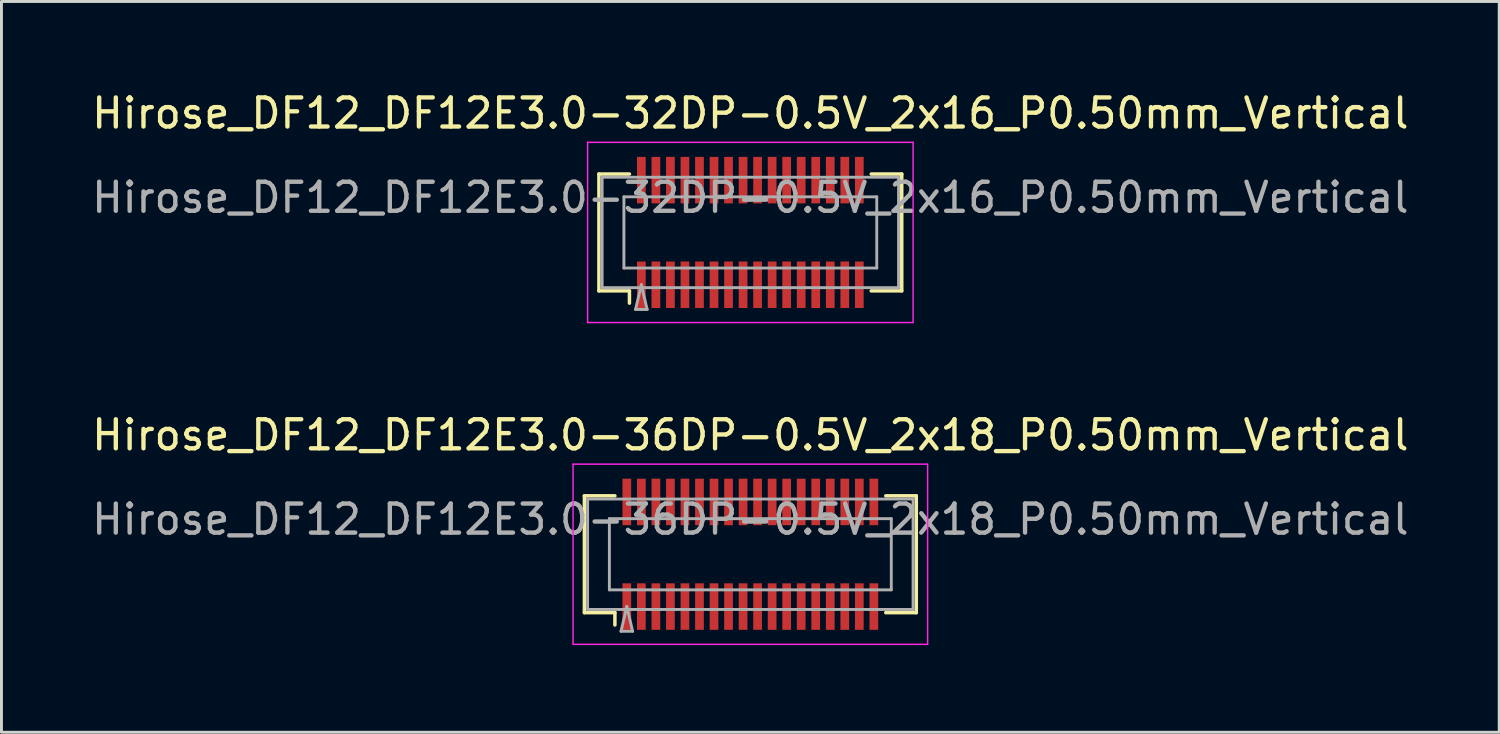
<source format=kicad_pcb>
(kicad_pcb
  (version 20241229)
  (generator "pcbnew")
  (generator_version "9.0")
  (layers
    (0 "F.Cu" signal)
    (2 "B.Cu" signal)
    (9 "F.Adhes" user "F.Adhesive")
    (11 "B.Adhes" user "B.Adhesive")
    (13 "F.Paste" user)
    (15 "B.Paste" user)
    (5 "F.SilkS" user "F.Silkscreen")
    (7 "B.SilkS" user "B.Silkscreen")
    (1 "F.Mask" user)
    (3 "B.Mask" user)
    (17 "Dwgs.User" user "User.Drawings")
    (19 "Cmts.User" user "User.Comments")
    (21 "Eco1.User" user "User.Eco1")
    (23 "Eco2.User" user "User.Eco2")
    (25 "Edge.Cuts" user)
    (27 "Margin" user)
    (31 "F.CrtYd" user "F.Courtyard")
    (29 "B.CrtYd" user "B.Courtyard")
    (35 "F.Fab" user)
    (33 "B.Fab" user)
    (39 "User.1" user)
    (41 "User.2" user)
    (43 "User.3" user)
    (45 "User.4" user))
  (footprint "Hirose_DF12_DF12E3.0-32DP-0.5V_2x16_P0.50mm_Vertical"
    (layer "F.Cu")
    (at 22.768 4.948)
    (property "Reference" "Hirose_DF12_DF12E3.0-32DP-0.5V_2x16_P0.50mm_Vertical" (at 0 -4.1 0) (layer "F.SilkS") (effects (font (size 1 1) (thickness 0.15))))
    (attr smd)
    (fp_line (start -5.21 -2.01) (end -4.16 -2.01) (stroke (width 0.12) (type solid)) (layer "F.SilkS"))
    (fp_line (start -5.21 2.01) (end -5.21 -2.01) (stroke (width 0.12) (type solid)) (layer "F.SilkS"))
    (fp_line (start -4.16 2.01) (end -5.21 2.01) (stroke (width 0.12) (type solid)) (layer "F.SilkS"))
    (fp_line (start -4.16 2.433) (end -4.16 2.01) (stroke (width 0.12) (type solid)) (layer "F.SilkS"))
    (fp_line (start 4.16 2.01) (end 5.21 2.01) (stroke (width 0.12) (type solid)) (layer "F.SilkS"))
    (fp_line (start 5.21 -2.01) (end 4.16 -2.01) (stroke (width 0.12) (type solid)) (layer "F.SilkS"))
    (fp_line (start 5.21 2.01) (end 5.21 -2.01) (stroke (width 0.12) (type solid)) (layer "F.SilkS"))
    (fp_line (start -5.6 -3.1) (end -5.6 3.1) (stroke (width 0.05) (type solid)) (layer "F.CrtYd"))
    (fp_line (start -5.6 3.1) (end 5.6 3.1) (stroke (width 0.05) (type solid)) (layer "F.CrtYd"))
    (fp_line (start 5.6 -3.1) (end -5.6 -3.1) (stroke (width 0.05) (type solid)) (layer "F.CrtYd"))
    (fp_line (start 5.6 3.1) (end 5.6 -3.1) (stroke (width 0.05) (type solid)) (layer "F.CrtYd"))
    (fp_line (start -5.1 -1.9) (end 5.1 -1.9) (stroke (width 0.1) (type solid)) (layer "F.Fab"))
    (fp_line (start -5.1 1.9) (end -5.1 -1.9) (stroke (width 0.1) (type solid)) (layer "F.Fab"))
    (fp_line (start -4.35 -1.225) (end 4.35 -1.225) (stroke (width 0.1) (type solid)) (layer "F.Fab"))
    (fp_line (start -4.35 1.225) (end -4.35 -1.225) (stroke (width 0.1) (type solid)) (layer "F.Fab"))
    (fp_line (start -3.95 2.65) (end -3.75 1.8) (stroke (width 0.1) (type solid)) (layer "F.Fab"))
    (fp_line (start -3.75 1.8) (end -3.55 2.65) (stroke (width 0.1) (type solid)) (layer "F.Fab"))
    (fp_line (start -3.55 2.65) (end -3.95 2.65) (stroke (width 0.1) (type solid)) (layer "F.Fab"))
    (fp_line (start 4.35 -1.225) (end 4.35 1.225) (stroke (width 0.1) (type solid)) (layer "F.Fab"))
    (fp_line (start 4.35 1.225) (end -4.35 1.225) (stroke (width 0.1) (type solid)) (layer "F.Fab"))
    (fp_line (start 5.1 -1.9) (end 5.1 1.9) (stroke (width 0.1) (type solid)) (layer "F.Fab"))
    (fp_line (start 5.1 1.9) (end -5.1 1.9) (stroke (width 0.1) (type solid)) (layer "F.Fab"))
    (fp_text user "${REFERENCE}" (at 0 -1.2 0) (layer "F.Fab") (effects (font (size 1 1) (thickness 0.15))))
    (pad "" smd rect (at -3.75 -2) (size 0.28 1.2) (layers "F.Paste"))
    (pad "" smd rect (at -3.75 2) (size 0.28 1.2) (layers "F.Paste"))
    (pad "" smd rect (at -3.25 -2) (size 0.28 1.2) (layers "F.Paste"))
    (pad "" smd rect (at -3.25 2) (size 0.28 1.2) (layers "F.Paste"))
    (pad "" smd rect (at -2.75 -2) (size 0.28 1.2) (layers "F.Paste"))
    (pad "" smd rect (at -2.75 2) (size 0.28 1.2) (layers "F.Paste"))
    (pad "" smd rect (at -2.25 -2) (size 0.28 1.2) (layers "F.Paste"))
    (pad "" smd rect (at -2.25 2) (size 0.28 1.2) (layers "F.Paste"))
    (pad "" smd rect (at -1.75 -2) (size 0.28 1.2) (layers "F.Paste"))
    (pad "" smd rect (at -1.75 2) (size 0.28 1.2) (layers "F.Paste"))
    (pad "" smd rect (at -1.25 -2) (size 0.28 1.2) (layers "F.Paste"))
    (pad "" smd rect (at -1.25 2) (size 0.28 1.2) (layers "F.Paste"))
    (pad "" smd rect (at -0.75 -2) (size 0.28 1.2) (layers "F.Paste"))
    (pad "" smd rect (at -0.75 2) (size 0.28 1.2) (layers "F.Paste"))
    (pad "" smd rect (at -0.25 -2) (size 0.28 1.2) (layers "F.Paste"))
    (pad "" smd rect (at -0.25 2) (size 0.28 1.2) (layers "F.Paste"))
    (pad "" smd rect (at 0.25 -2) (size 0.28 1.2) (layers "F.Paste"))
    (pad "" smd rect (at 0.25 2) (size 0.28 1.2) (layers "F.Paste"))
    (pad "" smd rect (at 0.75 -2) (size 0.28 1.2) (layers "F.Paste"))
    (pad "" smd rect (at 0.75 2) (size 0.28 1.2) (layers "F.Paste"))
    (pad "" smd rect (at 1.25 -2) (size 0.28 1.2) (layers "F.Paste"))
    (pad "" smd rect (at 1.25 2) (size 0.28 1.2) (layers "F.Paste"))
    (pad "" smd rect (at 1.75 -2) (size 0.28 1.2) (layers "F.Paste"))
    (pad "" smd rect (at 1.75 2) (size 0.28 1.2) (layers "F.Paste"))
    (pad "" smd rect (at 2.25 -2) (size 0.28 1.2) (layers "F.Paste"))
    (pad "" smd rect (at 2.25 2) (size 0.28 1.2) (layers "F.Paste"))
    (pad "" smd rect (at 2.75 -2) (size 0.28 1.2) (layers "F.Paste"))
    (pad "" smd rect (at 2.75 2) (size 0.28 1.2) (layers "F.Paste"))
    (pad "" smd rect (at 3.25 -2) (size 0.28 1.2) (layers "F.Paste"))
    (pad "" smd rect (at 3.25 2) (size 0.28 1.2) (layers "F.Paste"))
    (pad "" smd rect (at 3.75 -2) (size 0.28 1.2) (layers "F.Paste"))
    (pad "" smd rect (at 3.75 2) (size 0.28 1.2) (layers "F.Paste"))
    (pad "1" smd rect (at -3.75 1.8) (size 0.3 1.6) (layers "F.Cu" "F.Mask"))
    (pad "2" smd rect (at -3.25 1.8) (size 0.3 1.6) (layers "F.Cu" "F.Mask"))
    (pad "3" smd rect (at -2.75 1.8) (size 0.3 1.6) (layers "F.Cu" "F.Mask"))
    (pad "4" smd rect (at -2.25 1.8) (size 0.3 1.6) (layers "F.Cu" "F.Mask"))
    (pad "5" smd rect (at -1.75 1.8) (size 0.3 1.6) (layers "F.Cu" "F.Mask"))
    (pad "6" smd rect (at -1.25 1.8) (size 0.3 1.6) (layers "F.Cu" "F.Mask"))
    (pad "7" smd rect (at -0.75 1.8) (size 0.3 1.6) (layers "F.Cu" "F.Mask"))
    (pad "8" smd rect (at -0.25 1.8) (size 0.3 1.6) (layers "F.Cu" "F.Mask"))
    (pad "9" smd rect (at 0.25 1.8) (size 0.3 1.6) (layers "F.Cu" "F.Mask"))
    (pad "10" smd rect (at 0.75 1.8) (size 0.3 1.6) (layers "F.Cu" "F.Mask"))
    (pad "11" smd rect (at 1.25 1.8) (size 0.3 1.6) (layers "F.Cu" "F.Mask"))
    (pad "12" smd rect (at 1.75 1.8) (size 0.3 1.6) (layers "F.Cu" "F.Mask"))
    (pad "13" smd rect (at 2.25 1.8) (size 0.3 1.6) (layers "F.Cu" "F.Mask"))
    (pad "14" smd rect (at 2.75 1.8) (size 0.3 1.6) (layers "F.Cu" "F.Mask"))
    (pad "15" smd rect (at 3.25 1.8) (size 0.3 1.6) (layers "F.Cu" "F.Mask"))
    (pad "16" smd rect (at 3.75 1.8) (size 0.3 1.6) (layers "F.Cu" "F.Mask"))
    (pad "17" smd rect (at -3.75 -1.8) (size 0.3 1.6) (layers "F.Cu" "F.Mask"))
    (pad "18" smd rect (at -3.25 -1.8) (size 0.3 1.6) (layers "F.Cu" "F.Mask"))
    (pad "19" smd rect (at -2.75 -1.8) (size 0.3 1.6) (layers "F.Cu" "F.Mask"))
    (pad "20" smd rect (at -2.25 -1.8) (size 0.3 1.6) (layers "F.Cu" "F.Mask"))
    (pad "21" smd rect (at -1.75 -1.8) (size 0.3 1.6) (layers "F.Cu" "F.Mask"))
    (pad "22" smd rect (at -1.25 -1.8) (size 0.3 1.6) (layers "F.Cu" "F.Mask"))
    (pad "23" smd rect (at -0.75 -1.8) (size 0.3 1.6) (layers "F.Cu" "F.Mask"))
    (pad "24" smd rect (at -0.25 -1.8) (size 0.3 1.6) (layers "F.Cu" "F.Mask"))
    (pad "25" smd rect (at 0.25 -1.8) (size 0.3 1.6) (layers "F.Cu" "F.Mask"))
    (pad "26" smd rect (at 0.75 -1.8) (size 0.3 1.6) (layers "F.Cu" "F.Mask"))
    (pad "27" smd rect (at 1.25 -1.8) (size 0.3 1.6) (layers "F.Cu" "F.Mask"))
    (pad "28" smd rect (at 1.75 -1.8) (size 0.3 1.6) (layers "F.Cu" "F.Mask"))
    (pad "29" smd rect (at 2.25 -1.8) (size 0.3 1.6) (layers "F.Cu" "F.Mask"))
    (pad "30" smd rect (at 2.75 -1.8) (size 0.3 1.6) (layers "F.Cu" "F.Mask"))
    (pad "31" smd rect (at 3.25 -1.8) (size 0.3 1.6) (layers "F.Cu" "F.Mask"))
    (pad "32" smd rect (at 3.75 -1.8) (size 0.3 1.6) (layers "F.Cu" "F.Mask")))
  (footprint "Hirose_DF12_DF12E3.0-36DP-0.5V_2x18_P0.50mm_Vertical"
    (layer "F.Cu")
    (at 22.768 16.021)
    (property "Reference" "Hirose_DF12_DF12E3.0-36DP-0.5V_2x18_P0.50mm_Vertical" (at 0 -4.1 0) (layer "F.SilkS") (effects (font (size 1 1) (thickness 0.15))))
    (attr smd)
    (fp_line (start -5.71 -2.01) (end -4.66 -2.01) (stroke (width 0.12) (type solid)) (layer "F.SilkS"))
    (fp_line (start -5.71 2.01) (end -5.71 -2.01) (stroke (width 0.12) (type solid)) (layer "F.SilkS"))
    (fp_line (start -4.66 2.01) (end -5.71 2.01) (stroke (width 0.12) (type solid)) (layer "F.SilkS"))
    (fp_line (start -4.66 2.433) (end -4.66 2.01) (stroke (width 0.12) (type solid)) (layer "F.SilkS"))
    (fp_line (start 4.66 2.01) (end 5.71 2.01) (stroke (width 0.12) (type solid)) (layer "F.SilkS"))
    (fp_line (start 5.71 -2.01) (end 4.66 -2.01) (stroke (width 0.12) (type solid)) (layer "F.SilkS"))
    (fp_line (start 5.71 2.01) (end 5.71 -2.01) (stroke (width 0.12) (type solid)) (layer "F.SilkS"))
    (fp_line (start -6.1 -3.1) (end -6.1 3.1) (stroke (width 0.05) (type solid)) (layer "F.CrtYd"))
    (fp_line (start -6.1 3.1) (end 6.1 3.1) (stroke (width 0.05) (type solid)) (layer "F.CrtYd"))
    (fp_line (start 6.1 -3.1) (end -6.1 -3.1) (stroke (width 0.05) (type solid)) (layer "F.CrtYd"))
    (fp_line (start 6.1 3.1) (end 6.1 -3.1) (stroke (width 0.05) (type solid)) (layer "F.CrtYd"))
    (fp_line (start -5.6 -1.9) (end 5.6 -1.9) (stroke (width 0.1) (type solid)) (layer "F.Fab"))
    (fp_line (start -5.6 1.9) (end -5.6 -1.9) (stroke (width 0.1) (type solid)) (layer "F.Fab"))
    (fp_line (start -4.85 -1.225) (end 4.85 -1.225) (stroke (width 0.1) (type solid)) (layer "F.Fab"))
    (fp_line (start -4.85 1.225) (end -4.85 -1.225) (stroke (width 0.1) (type solid)) (layer "F.Fab"))
    (fp_line (start -4.45 2.65) (end -4.25 1.8) (stroke (width 0.1) (type solid)) (layer "F.Fab"))
    (fp_line (start -4.25 1.8) (end -4.05 2.65) (stroke (width 0.1) (type solid)) (layer "F.Fab"))
    (fp_line (start -4.05 2.65) (end -4.45 2.65) (stroke (width 0.1) (type solid)) (layer "F.Fab"))
    (fp_line (start 4.85 -1.225) (end 4.85 1.225) (stroke (width 0.1) (type solid)) (layer "F.Fab"))
    (fp_line (start 4.85 1.225) (end -4.85 1.225) (stroke (width 0.1) (type solid)) (layer "F.Fab"))
    (fp_line (start 5.6 -1.9) (end 5.6 1.9) (stroke (width 0.1) (type solid)) (layer "F.Fab"))
    (fp_line (start 5.6 1.9) (end -5.6 1.9) (stroke (width 0.1) (type solid)) (layer "F.Fab"))
    (fp_text user "${REFERENCE}" (at 0 -1.2 0) (layer "F.Fab") (effects (font (size 1 1) (thickness 0.15))))
    (pad "" smd rect (at -4.25 -2) (size 0.28 1.2) (layers "F.Paste"))
    (pad "" smd rect (at -4.25 2) (size 0.28 1.2) (layers "F.Paste"))
    (pad "" smd rect (at -3.75 -2) (size 0.28 1.2) (layers "F.Paste"))
    (pad "" smd rect (at -3.75 2) (size 0.28 1.2) (layers "F.Paste"))
    (pad "" smd rect (at -3.25 -2) (size 0.28 1.2) (layers "F.Paste"))
    (pad "" smd rect (at -3.25 2) (size 0.28 1.2) (layers "F.Paste"))
    (pad "" smd rect (at -2.75 -2) (size 0.28 1.2) (layers "F.Paste"))
    (pad "" smd rect (at -2.75 2) (size 0.28 1.2) (layers "F.Paste"))
    (pad "" smd rect (at -2.25 -2) (size 0.28 1.2) (layers "F.Paste"))
    (pad "" smd rect (at -2.25 2) (size 0.28 1.2) (layers "F.Paste"))
    (pad "" smd rect (at -1.75 -2) (size 0.28 1.2) (layers "F.Paste"))
    (pad "" smd rect (at -1.75 2) (size 0.28 1.2) (layers "F.Paste"))
    (pad "" smd rect (at -1.25 -2) (size 0.28 1.2) (layers "F.Paste"))
    (pad "" smd rect (at -1.25 2) (size 0.28 1.2) (layers "F.Paste"))
    (pad "" smd rect (at -0.75 -2) (size 0.28 1.2) (layers "F.Paste"))
    (pad "" smd rect (at -0.75 2) (size 0.28 1.2) (layers "F.Paste"))
    (pad "" smd rect (at -0.25 -2) (size 0.28 1.2) (layers "F.Paste"))
    (pad "" smd rect (at -0.25 2) (size 0.28 1.2) (layers "F.Paste"))
    (pad "" smd rect (at 0.25 -2) (size 0.28 1.2) (layers "F.Paste"))
    (pad "" smd rect (at 0.25 2) (size 0.28 1.2) (layers "F.Paste"))
    (pad "" smd rect (at 0.75 -2) (size 0.28 1.2) (layers "F.Paste"))
    (pad "" smd rect (at 0.75 2) (size 0.28 1.2) (layers "F.Paste"))
    (pad "" smd rect (at 1.25 -2) (size 0.28 1.2) (layers "F.Paste"))
    (pad "" smd rect (at 1.25 2) (size 0.28 1.2) (layers "F.Paste"))
    (pad "" smd rect (at 1.75 -2) (size 0.28 1.2) (layers "F.Paste"))
    (pad "" smd rect (at 1.75 2) (size 0.28 1.2) (layers "F.Paste"))
    (pad "" smd rect (at 2.25 -2) (size 0.28 1.2) (layers "F.Paste"))
    (pad "" smd rect (at 2.25 2) (size 0.28 1.2) (layers "F.Paste"))
    (pad "" smd rect (at 2.75 -2) (size 0.28 1.2) (layers "F.Paste"))
    (pad "" smd rect (at 2.75 2) (size 0.28 1.2) (layers "F.Paste"))
    (pad "" smd rect (at 3.25 -2) (size 0.28 1.2) (layers "F.Paste"))
    (pad "" smd rect (at 3.25 2) (size 0.28 1.2) (layers "F.Paste"))
    (pad "" smd rect (at 3.75 -2) (size 0.28 1.2) (layers "F.Paste"))
    (pad "" smd rect (at 3.75 2) (size 0.28 1.2) (layers "F.Paste"))
    (pad "" smd rect (at 4.25 -2) (size 0.28 1.2) (layers "F.Paste"))
    (pad "" smd rect (at 4.25 2) (size 0.28 1.2) (layers "F.Paste"))
    (pad "1" smd rect (at -4.25 1.8) (size 0.3 1.6) (layers "F.Cu" "F.Mask"))
    (pad "2" smd rect (at -3.75 1.8) (size 0.3 1.6) (layers "F.Cu" "F.Mask"))
    (pad "3" smd rect (at -3.25 1.8) (size 0.3 1.6) (layers "F.Cu" "F.Mask"))
    (pad "4" smd rect (at -2.75 1.8) (size 0.3 1.6) (layers "F.Cu" "F.Mask"))
    (pad "5" smd rect (at -2.25 1.8) (size 0.3 1.6) (layers "F.Cu" "F.Mask"))
    (pad "6" smd rect (at -1.75 1.8) (size 0.3 1.6) (layers "F.Cu" "F.Mask"))
    (pad "7" smd rect (at -1.25 1.8) (size 0.3 1.6) (layers "F.Cu" "F.Mask"))
    (pad "8" smd rect (at -0.75 1.8) (size 0.3 1.6) (layers "F.Cu" "F.Mask"))
    (pad "9" smd rect (at -0.25 1.8) (size 0.3 1.6) (layers "F.Cu" "F.Mask"))
    (pad "10" smd rect (at 0.25 1.8) (size 0.3 1.6) (layers "F.Cu" "F.Mask"))
    (pad "11" smd rect (at 0.75 1.8) (size 0.3 1.6) (layers "F.Cu" "F.Mask"))
    (pad "12" smd rect (at 1.25 1.8) (size 0.3 1.6) (layers "F.Cu" "F.Mask"))
    (pad "13" smd rect (at 1.75 1.8) (size 0.3 1.6) (layers "F.Cu" "F.Mask"))
    (pad "14" smd rect (at 2.25 1.8) (size 0.3 1.6) (layers "F.Cu" "F.Mask"))
    (pad "15" smd rect (at 2.75 1.8) (size 0.3 1.6) (layers "F.Cu" "F.Mask"))
    (pad "16" smd rect (at 3.25 1.8) (size 0.3 1.6) (layers "F.Cu" "F.Mask"))
    (pad "17" smd rect (at 3.75 1.8) (size 0.3 1.6) (layers "F.Cu" "F.Mask"))
    (pad "18" smd rect (at 4.25 1.8) (size 0.3 1.6) (layers "F.Cu" "F.Mask"))
    (pad "19" smd rect (at -4.25 -1.8) (size 0.3 1.6) (layers "F.Cu" "F.Mask"))
    (pad "20" smd rect (at -3.75 -1.8) (size 0.3 1.6) (layers "F.Cu" "F.Mask"))
    (pad "21" smd rect (at -3.25 -1.8) (size 0.3 1.6) (layers "F.Cu" "F.Mask"))
    (pad "22" smd rect (at -2.75 -1.8) (size 0.3 1.6) (layers "F.Cu" "F.Mask"))
    (pad "23" smd rect (at -2.25 -1.8) (size 0.3 1.6) (layers "F.Cu" "F.Mask"))
    (pad "24" smd rect (at -1.75 -1.8) (size 0.3 1.6) (layers "F.Cu" "F.Mask"))
    (pad "25" smd rect (at -1.25 -1.8) (size 0.3 1.6) (layers "F.Cu" "F.Mask"))
    (pad "26" smd rect (at -0.75 -1.8) (size 0.3 1.6) (layers "F.Cu" "F.Mask"))
    (pad "27" smd rect (at -0.25 -1.8) (size 0.3 1.6) (layers "F.Cu" "F.Mask"))
    (pad "28" smd rect (at 0.25 -1.8) (size 0.3 1.6) (layers "F.Cu" "F.Mask"))
    (pad "29" smd rect (at 0.75 -1.8) (size 0.3 1.6) (layers "F.Cu" "F.Mask"))
    (pad "30" smd rect (at 1.25 -1.8) (size 0.3 1.6) (layers "F.Cu" "F.Mask"))
    (pad "31" smd rect (at 1.75 -1.8) (size 0.3 1.6) (layers "F.Cu" "F.Mask"))
    (pad "32" smd rect (at 2.25 -1.8) (size 0.3 1.6) (layers "F.Cu" "F.Mask"))
    (pad "33" smd rect (at 2.75 -1.8) (size 0.3 1.6) (layers "F.Cu" "F.Mask"))
    (pad "34" smd rect (at 3.25 -1.8) (size 0.3 1.6) (layers "F.Cu" "F.Mask"))
    (pad "35" smd rect (at 3.75 -1.8) (size 0.3 1.6) (layers "F.Cu" "F.Mask"))
    (pad "36" smd rect (at 4.25 -1.8) (size 0.3 1.6) (layers "F.Cu" "F.Mask")))
  (gr_rect
    (start -3 -3)
    (end 48.536 22.146)
    (stroke (width 0.1) (type default))
    (fill no)
    (layer "Edge.Cuts")))
</source>
